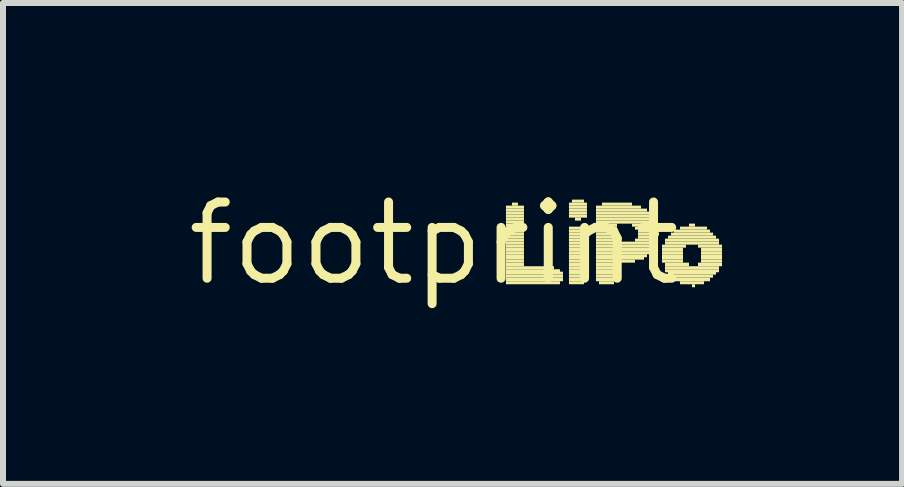
<source format=kicad_pcb>
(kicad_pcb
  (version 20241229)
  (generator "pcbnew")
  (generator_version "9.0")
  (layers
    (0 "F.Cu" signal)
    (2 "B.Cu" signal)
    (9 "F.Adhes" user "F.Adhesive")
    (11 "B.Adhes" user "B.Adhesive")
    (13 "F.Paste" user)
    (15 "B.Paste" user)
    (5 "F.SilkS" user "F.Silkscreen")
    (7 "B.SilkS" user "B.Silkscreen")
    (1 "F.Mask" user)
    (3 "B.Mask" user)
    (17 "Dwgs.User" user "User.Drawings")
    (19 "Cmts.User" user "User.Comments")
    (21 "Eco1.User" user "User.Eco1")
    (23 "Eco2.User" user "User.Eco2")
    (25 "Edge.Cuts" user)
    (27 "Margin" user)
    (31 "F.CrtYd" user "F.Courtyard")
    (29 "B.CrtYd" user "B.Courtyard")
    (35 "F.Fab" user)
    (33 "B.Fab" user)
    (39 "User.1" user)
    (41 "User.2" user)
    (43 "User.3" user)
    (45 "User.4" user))
  (footprint "footprint"
    (layer "F.Cu")
    (at 4.18 1.006)
    (property "Reference" "footprint" (at 0 0 0) (layer "F.SilkS") (effects (font (size 1.27 1.27) (thickness 0.15))))
    (fp_poly (pts (xy 1.2 -0.58) (xy 1.5 -0.58) (xy 1.5 -0.63) (xy 1.2 -0.63)) (stroke (width 0) (type solid)) (fill yes) (layer "F.SilkS"))
    (fp_poly (pts (xy 1.2 -0.53) (xy 1.5 -0.53) (xy 1.5 -0.58) (xy 1.2 -0.58)) (stroke (width 0) (type solid)) (fill yes) (layer "F.SilkS"))
    (fp_poly (pts (xy 1.2 -0.48) (xy 1.5 -0.48) (xy 1.5 -0.53) (xy 1.2 -0.53)) (stroke (width 0) (type solid)) (fill yes) (layer "F.SilkS"))
    (fp_poly (pts (xy 1.2 -0.43) (xy 1.5 -0.43) (xy 1.5 -0.48) (xy 1.2 -0.48)) (stroke (width 0) (type solid)) (fill yes) (layer "F.SilkS"))
    (fp_poly (pts (xy 1.2 -0.38) (xy 1.5 -0.38) (xy 1.5 -0.43) (xy 1.2 -0.43)) (stroke (width 0) (type solid)) (fill yes) (layer "F.SilkS"))
    (fp_poly (pts (xy 1.2 -0.33) (xy 1.5 -0.33) (xy 1.5 -0.38) (xy 1.2 -0.38)) (stroke (width 0) (type solid)) (fill yes) (layer "F.SilkS"))
    (fp_poly (pts (xy 1.2 -0.28) (xy 1.5 -0.28) (xy 1.5 -0.33) (xy 1.2 -0.33)) (stroke (width 0) (type solid)) (fill yes) (layer "F.SilkS"))
    (fp_poly (pts (xy 1.2 -0.23) (xy 1.5 -0.23) (xy 1.5 -0.28) (xy 1.2 -0.28)) (stroke (width 0) (type solid)) (fill yes) (layer "F.SilkS"))
    (fp_poly (pts (xy 1.2 -0.18) (xy 1.5 -0.18) (xy 1.5 -0.23) (xy 1.2 -0.23)) (stroke (width 0) (type solid)) (fill yes) (layer "F.SilkS"))
    (fp_poly (pts (xy 1.2 -0.13) (xy 1.5 -0.13) (xy 1.5 -0.18) (xy 1.2 -0.18)) (stroke (width 0) (type solid)) (fill yes) (layer "F.SilkS"))
    (fp_poly (pts (xy 1.2 -0.08) (xy 1.5 -0.08) (xy 1.5 -0.13) (xy 1.2 -0.13)) (stroke (width 0) (type solid)) (fill yes) (layer "F.SilkS"))
    (fp_poly (pts (xy 1.2 -0.03) (xy 1.5 -0.03) (xy 1.5 -0.08) (xy 1.2 -0.08)) (stroke (width 0) (type solid)) (fill yes) (layer "F.SilkS"))
    (fp_poly (pts (xy 1.2 0.02) (xy 1.5 0.02) (xy 1.5 -0.03) (xy 1.2 -0.03)) (stroke (width 0) (type solid)) (fill yes) (layer "F.SilkS"))
    (fp_poly (pts (xy 1.2 0.07) (xy 1.5 0.07) (xy 1.5 0.02) (xy 1.2 0.02)) (stroke (width 0) (type solid)) (fill yes) (layer "F.SilkS"))
    (fp_poly (pts (xy 1.2 0.13) (xy 1.5 0.13) (xy 1.5 0.07) (xy 1.2 0.07)) (stroke (width 0) (type solid)) (fill yes) (layer "F.SilkS"))
    (fp_poly (pts (xy 1.2 0.18) (xy 1.5 0.18) (xy 1.5 0.13) (xy 1.2 0.13)) (stroke (width 0) (type solid)) (fill yes) (layer "F.SilkS"))
    (fp_poly (pts (xy 1.2 0.23) (xy 1.5 0.23) (xy 1.5 0.18) (xy 1.2 0.18)) (stroke (width 0) (type solid)) (fill yes) (layer "F.SilkS"))
    (fp_poly (pts (xy 1.2 0.27) (xy 1.5 0.27) (xy 1.5 0.22) (xy 1.2 0.22)) (stroke (width 0) (type solid)) (fill yes) (layer "F.SilkS"))
    (fp_poly (pts (xy 1.2 0.32) (xy 1.5 0.32) (xy 1.5 0.27) (xy 1.2 0.27)) (stroke (width 0) (type solid)) (fill yes) (layer "F.SilkS"))
    (fp_poly (pts (xy 1.2 0.38) (xy 1.5 0.38) (xy 1.5 0.32) (xy 1.2 0.32)) (stroke (width 0) (type solid)) (fill yes) (layer "F.SilkS"))
    (fp_poly (pts (xy 1.2 0.43) (xy 2 0.43) (xy 2 0.38) (xy 1.2 0.38)) (stroke (width 0) (type solid)) (fill yes) (layer "F.SilkS"))
    (fp_poly (pts (xy 1.2 0.48) (xy 2.1 0.48) (xy 2.1 0.43) (xy 1.2 0.43)) (stroke (width 0) (type solid)) (fill yes) (layer "F.SilkS"))
    (fp_poly (pts (xy 1.2 0.52) (xy 2.15 0.52) (xy 2.15 0.47) (xy 1.2 0.47)) (stroke (width 0) (type solid)) (fill yes) (layer "F.SilkS"))
    (fp_poly (pts (xy 1.2 0.57) (xy 2.15 0.57) (xy 2.15 0.52) (xy 1.2 0.52)) (stroke (width 0) (type solid)) (fill yes) (layer "F.SilkS"))
    (fp_poly (pts (xy 1.2 0.63) (xy 2.15 0.63) (xy 2.15 0.57) (xy 1.2 0.57)) (stroke (width 0) (type solid)) (fill yes) (layer "F.SilkS"))
    (fp_poly (pts (xy 1.2 0.68) (xy 2.1 0.68) (xy 2.1 0.63) (xy 1.2 0.63)) (stroke (width 0) (type solid)) (fill yes) (layer "F.SilkS"))
    (fp_poly (pts (xy 1.3 -0.63) (xy 1.4 -0.63) (xy 1.4 -0.68) (xy 1.3 -0.68)) (stroke (width 0) (type solid)) (fill yes) (layer "F.SilkS"))
    (fp_poly (pts (xy 2.25 -0.63) (xy 2.55 -0.63) (xy 2.55 -0.68) (xy 2.25 -0.68)) (stroke (width 0) (type solid)) (fill yes) (layer "F.SilkS"))
    (fp_poly (pts (xy 2.25 -0.58) (xy 2.55 -0.58) (xy 2.55 -0.63) (xy 2.25 -0.63)) (stroke (width 0) (type solid)) (fill yes) (layer "F.SilkS"))
    (fp_poly (pts (xy 2.25 -0.53) (xy 2.55 -0.53) (xy 2.55 -0.58) (xy 2.25 -0.58)) (stroke (width 0) (type solid)) (fill yes) (layer "F.SilkS"))
    (fp_poly (pts (xy 2.25 -0.48) (xy 2.55 -0.48) (xy 2.55 -0.53) (xy 2.25 -0.53)) (stroke (width 0) (type solid)) (fill yes) (layer "F.SilkS"))
    (fp_poly (pts (xy 2.25 -0.43) (xy 2.55 -0.43) (xy 2.55 -0.48) (xy 2.25 -0.48)) (stroke (width 0) (type solid)) (fill yes) (layer "F.SilkS"))
    (fp_poly (pts (xy 2.25 -0.23) (xy 2.5 -0.23) (xy 2.5 -0.28) (xy 2.25 -0.28)) (stroke (width 0) (type solid)) (fill yes) (layer "F.SilkS"))
    (fp_poly (pts (xy 2.25 -0.18) (xy 2.55 -0.18) (xy 2.55 -0.23) (xy 2.25 -0.23)) (stroke (width 0) (type solid)) (fill yes) (layer "F.SilkS"))
    (fp_poly (pts (xy 2.25 -0.13) (xy 2.55 -0.13) (xy 2.55 -0.18) (xy 2.25 -0.18)) (stroke (width 0) (type solid)) (fill yes) (layer "F.SilkS"))
    (fp_poly (pts (xy 2.25 -0.08) (xy 2.55 -0.08) (xy 2.55 -0.13) (xy 2.25 -0.13)) (stroke (width 0) (type solid)) (fill yes) (layer "F.SilkS"))
    (fp_poly (pts (xy 2.25 -0.03) (xy 2.55 -0.03) (xy 2.55 -0.08) (xy 2.25 -0.08)) (stroke (width 0) (type solid)) (fill yes) (layer "F.SilkS"))
    (fp_poly (pts (xy 2.25 0.02) (xy 2.55 0.02) (xy 2.55 -0.03) (xy 2.25 -0.03)) (stroke (width 0) (type solid)) (fill yes) (layer "F.SilkS"))
    (fp_poly (pts (xy 2.25 0.07) (xy 2.55 0.07) (xy 2.55 0.02) (xy 2.25 0.02)) (stroke (width 0) (type solid)) (fill yes) (layer "F.SilkS"))
    (fp_poly (pts (xy 2.25 0.13) (xy 2.55 0.13) (xy 2.55 0.07) (xy 2.25 0.07)) (stroke (width 0) (type solid)) (fill yes) (layer "F.SilkS"))
    (fp_poly (pts (xy 2.25 0.18) (xy 2.55 0.18) (xy 2.55 0.13) (xy 2.25 0.13)) (stroke (width 0) (type solid)) (fill yes) (layer "F.SilkS"))
    (fp_poly (pts (xy 2.25 0.23) (xy 2.55 0.23) (xy 2.55 0.18) (xy 2.25 0.18)) (stroke (width 0) (type solid)) (fill yes) (layer "F.SilkS"))
    (fp_poly (pts (xy 2.25 0.27) (xy 2.55 0.27) (xy 2.55 0.22) (xy 2.25 0.22)) (stroke (width 0) (type solid)) (fill yes) (layer "F.SilkS"))
    (fp_poly (pts (xy 2.25 0.32) (xy 2.55 0.32) (xy 2.55 0.27) (xy 2.25 0.27)) (stroke (width 0) (type solid)) (fill yes) (layer "F.SilkS"))
    (fp_poly (pts (xy 2.25 0.38) (xy 2.55 0.38) (xy 2.55 0.32) (xy 2.25 0.32)) (stroke (width 0) (type solid)) (fill yes) (layer "F.SilkS"))
    (fp_poly (pts (xy 2.25 0.43) (xy 2.55 0.43) (xy 2.55 0.38) (xy 2.25 0.38)) (stroke (width 0) (type solid)) (fill yes) (layer "F.SilkS"))
    (fp_poly (pts (xy 2.25 0.48) (xy 2.55 0.48) (xy 2.55 0.43) (xy 2.25 0.43)) (stroke (width 0) (type solid)) (fill yes) (layer "F.SilkS"))
    (fp_poly (pts (xy 2.25 0.52) (xy 2.55 0.52) (xy 2.55 0.47) (xy 2.25 0.47)) (stroke (width 0) (type solid)) (fill yes) (layer "F.SilkS"))
    (fp_poly (pts (xy 2.25 0.57) (xy 2.55 0.57) (xy 2.55 0.52) (xy 2.25 0.52)) (stroke (width 0) (type solid)) (fill yes) (layer "F.SilkS"))
    (fp_poly (pts (xy 2.25 0.63) (xy 2.55 0.63) (xy 2.55 0.57) (xy 2.25 0.57)) (stroke (width 0) (type solid)) (fill yes) (layer "F.SilkS"))
    (fp_poly (pts (xy 2.25 0.68) (xy 2.5 0.68) (xy 2.5 0.63) (xy 2.25 0.63)) (stroke (width 0) (type solid)) (fill yes) (layer "F.SilkS"))
    (fp_poly (pts (xy 2.3 -0.68) (xy 2.5 -0.68) (xy 2.5 -0.73) (xy 2.3 -0.73)) (stroke (width 0) (type solid)) (fill yes) (layer "F.SilkS"))
    (fp_poly (pts (xy 2.35 -0.38) (xy 2.45 -0.38) (xy 2.45 -0.43) (xy 2.35 -0.43)) (stroke (width 0) (type solid)) (fill yes) (layer "F.SilkS"))
    (fp_poly (pts (xy 2.7 -0.58) (xy 3.45 -0.58) (xy 3.45 -0.63) (xy 2.7 -0.63)) (stroke (width 0) (type solid)) (fill yes) (layer "F.SilkS"))
    (fp_poly (pts (xy 2.7 -0.53) (xy 3.55 -0.53) (xy 3.55 -0.58) (xy 2.7 -0.58)) (stroke (width 0) (type solid)) (fill yes) (layer "F.SilkS"))
    (fp_poly (pts (xy 2.7 -0.48) (xy 3.6 -0.48) (xy 3.6 -0.53) (xy 2.7 -0.53)) (stroke (width 0) (type solid)) (fill yes) (layer "F.SilkS"))
    (fp_poly (pts (xy 2.7 -0.43) (xy 3.65 -0.43) (xy 3.65 -0.48) (xy 2.7 -0.48)) (stroke (width 0) (type solid)) (fill yes) (layer "F.SilkS"))
    (fp_poly (pts (xy 2.7 -0.38) (xy 3.65 -0.38) (xy 3.65 -0.43) (xy 2.7 -0.43)) (stroke (width 0) (type solid)) (fill yes) (layer "F.SilkS"))
    (fp_poly (pts (xy 2.7 -0.33) (xy 3.7 -0.33) (xy 3.7 -0.38) (xy 2.7 -0.38)) (stroke (width 0) (type solid)) (fill yes) (layer "F.SilkS"))
    (fp_poly (pts (xy 2.7 -0.28) (xy 3.05 -0.28) (xy 3.05 -0.33) (xy 2.7 -0.33)) (stroke (width 0) (type solid)) (fill yes) (layer "F.SilkS"))
    (fp_poly (pts (xy 2.7 -0.23) (xy 3.05 -0.23) (xy 3.05 -0.28) (xy 2.7 -0.28)) (stroke (width 0) (type solid)) (fill yes) (layer "F.SilkS"))
    (fp_poly (pts (xy 2.7 -0.18) (xy 3.05 -0.18) (xy 3.05 -0.23) (xy 2.7 -0.23)) (stroke (width 0) (type solid)) (fill yes) (layer "F.SilkS"))
    (fp_poly (pts (xy 2.7 -0.13) (xy 3.05 -0.13) (xy 3.05 -0.18) (xy 2.7 -0.18)) (stroke (width 0) (type solid)) (fill yes) (layer "F.SilkS"))
    (fp_poly (pts (xy 2.7 -0.08) (xy 3.05 -0.08) (xy 3.05 -0.13) (xy 2.7 -0.13)) (stroke (width 0) (type solid)) (fill yes) (layer "F.SilkS"))
    (fp_poly (pts (xy 2.7 -0.03) (xy 3.05 -0.03) (xy 3.05 -0.08) (xy 2.7 -0.08)) (stroke (width 0) (type solid)) (fill yes) (layer "F.SilkS"))
    (fp_poly (pts (xy 2.7 0.02) (xy 3.7 0.02) (xy 3.7 -0.03) (xy 2.7 -0.03)) (stroke (width 0) (type solid)) (fill yes) (layer "F.SilkS"))
    (fp_poly (pts (xy 2.7 0.07) (xy 3.7 0.07) (xy 3.7 0.02) (xy 2.7 0.02)) (stroke (width 0) (type solid)) (fill yes) (layer "F.SilkS"))
    (fp_poly (pts (xy 2.7 0.13) (xy 3.65 0.13) (xy 3.65 0.07) (xy 2.7 0.07)) (stroke (width 0) (type solid)) (fill yes) (layer "F.SilkS"))
    (fp_poly (pts (xy 2.7 0.18) (xy 3.6 0.18) (xy 3.6 0.13) (xy 2.7 0.13)) (stroke (width 0) (type solid)) (fill yes) (layer "F.SilkS"))
    (fp_poly (pts (xy 2.7 0.23) (xy 3.55 0.23) (xy 3.55 0.18) (xy 2.7 0.18)) (stroke (width 0) (type solid)) (fill yes) (layer "F.SilkS"))
    (fp_poly (pts (xy 2.7 0.27) (xy 3.5 0.27) (xy 3.5 0.22) (xy 2.7 0.22)) (stroke (width 0) (type solid)) (fill yes) (layer "F.SilkS"))
    (fp_poly (pts (xy 2.7 0.32) (xy 3.35 0.32) (xy 3.35 0.27) (xy 2.7 0.27)) (stroke (width 0) (type solid)) (fill yes) (layer "F.SilkS"))
    (fp_poly (pts (xy 2.7 0.38) (xy 3.05 0.38) (xy 3.05 0.32) (xy 2.7 0.32)) (stroke (width 0) (type solid)) (fill yes) (layer "F.SilkS"))
    (fp_poly (pts (xy 2.7 0.43) (xy 3.05 0.43) (xy 3.05 0.38) (xy 2.7 0.38)) (stroke (width 0) (type solid)) (fill yes) (layer "F.SilkS"))
    (fp_poly (pts (xy 2.7 0.48) (xy 3.05 0.48) (xy 3.05 0.43) (xy 2.7 0.43)) (stroke (width 0) (type solid)) (fill yes) (layer "F.SilkS"))
    (fp_poly (pts (xy 2.7 0.52) (xy 3.05 0.52) (xy 3.05 0.47) (xy 2.7 0.47)) (stroke (width 0) (type solid)) (fill yes) (layer "F.SilkS"))
    (fp_poly (pts (xy 2.7 0.57) (xy 3.05 0.57) (xy 3.05 0.52) (xy 2.7 0.52)) (stroke (width 0) (type solid)) (fill yes) (layer "F.SilkS"))
    (fp_poly (pts (xy 2.7 0.63) (xy 3 0.63) (xy 3 0.57) (xy 2.7 0.57)) (stroke (width 0) (type solid)) (fill yes) (layer "F.SilkS"))
    (fp_poly (pts (xy 2.75 0.68) (xy 3 0.68) (xy 3 0.63) (xy 2.75 0.63)) (stroke (width 0) (type solid)) (fill yes) (layer "F.SilkS"))
    (fp_poly (pts (xy 2.8 -0.63) (xy 3.3 -0.63) (xy 3.3 -0.68) (xy 2.8 -0.68)) (stroke (width 0) (type solid)) (fill yes) (layer "F.SilkS"))
    (fp_poly (pts (xy 3.3 -0.28) (xy 3.7 -0.28) (xy 3.7 -0.33) (xy 3.3 -0.33)) (stroke (width 0) (type solid)) (fill yes) (layer "F.SilkS"))
    (fp_poly (pts (xy 3.35 -0.23) (xy 3.7 -0.23) (xy 3.7 -0.28) (xy 3.35 -0.28)) (stroke (width 0) (type solid)) (fill yes) (layer "F.SilkS"))
    (fp_poly (pts (xy 3.35 -0.03) (xy 3.7 -0.03) (xy 3.7 -0.08) (xy 3.35 -0.08)) (stroke (width 0) (type solid)) (fill yes) (layer "F.SilkS"))
    (fp_poly (pts (xy 3.4 -0.18) (xy 3.75 -0.18) (xy 3.75 -0.23) (xy 3.4 -0.23)) (stroke (width 0) (type solid)) (fill yes) (layer "F.SilkS"))
    (fp_poly (pts (xy 3.4 -0.13) (xy 3.75 -0.13) (xy 3.75 -0.18) (xy 3.4 -0.18)) (stroke (width 0) (type solid)) (fill yes) (layer "F.SilkS"))
    (fp_poly (pts (xy 3.4 -0.08) (xy 3.7 -0.08) (xy 3.7 -0.13) (xy 3.4 -0.13)) (stroke (width 0) (type solid)) (fill yes) (layer "F.SilkS"))
    (fp_poly (pts (xy 3.8 0.07) (xy 4.2 0.07) (xy 4.2 0.02) (xy 3.8 0.02)) (stroke (width 0) (type solid)) (fill yes) (layer "F.SilkS"))
    (fp_poly (pts (xy 3.8 0.13) (xy 4.15 0.13) (xy 4.15 0.07) (xy 3.8 0.07)) (stroke (width 0) (type solid)) (fill yes) (layer "F.SilkS"))
    (fp_poly (pts (xy 3.8 0.18) (xy 4.15 0.18) (xy 4.15 0.13) (xy 3.8 0.13)) (stroke (width 0) (type solid)) (fill yes) (layer "F.SilkS"))
    (fp_poly (pts (xy 3.8 0.23) (xy 4.15 0.23) (xy 4.15 0.18) (xy 3.8 0.18)) (stroke (width 0) (type solid)) (fill yes) (layer "F.SilkS"))
    (fp_poly (pts (xy 3.8 0.27) (xy 4.15 0.27) (xy 4.15 0.22) (xy 3.8 0.22)) (stroke (width 0) (type solid)) (fill yes) (layer "F.SilkS"))
    (fp_poly (pts (xy 3.8 0.32) (xy 4.15 0.32) (xy 4.15 0.27) (xy 3.8 0.27)) (stroke (width 0) (type solid)) (fill yes) (layer "F.SilkS"))
    (fp_poly (pts (xy 3.85 -0.03) (xy 4.75 -0.03) (xy 4.75 -0.08) (xy 3.85 -0.08)) (stroke (width 0) (type solid)) (fill yes) (layer "F.SilkS"))
    (fp_poly (pts (xy 3.85 0.02) (xy 4.75 0.02) (xy 4.75 -0.03) (xy 3.85 -0.03)) (stroke (width 0) (type solid)) (fill yes) (layer "F.SilkS"))
    (fp_poly (pts (xy 3.85 0.38) (xy 4.25 0.38) (xy 4.25 0.32) (xy 3.85 0.32)) (stroke (width 0) (type solid)) (fill yes) (layer "F.SilkS"))
    (fp_poly (pts (xy 3.85 0.43) (xy 4.75 0.43) (xy 4.75 0.38) (xy 3.85 0.38)) (stroke (width 0) (type solid)) (fill yes) (layer "F.SilkS"))
    (fp_poly (pts (xy 3.85 0.48) (xy 4.75 0.48) (xy 4.75 0.43) (xy 3.85 0.43)) (stroke (width 0) (type solid)) (fill yes) (layer "F.SilkS"))
    (fp_poly (pts (xy 3.9 -0.08) (xy 4.7 -0.08) (xy 4.7 -0.13) (xy 3.9 -0.13)) (stroke (width 0) (type solid)) (fill yes) (layer "F.SilkS"))
    (fp_poly (pts (xy 3.9 0.52) (xy 4.7 0.52) (xy 4.7 0.47) (xy 3.9 0.47)) (stroke (width 0) (type solid)) (fill yes) (layer "F.SilkS"))
    (fp_poly (pts (xy 3.95 -0.13) (xy 4.65 -0.13) (xy 4.65 -0.18) (xy 3.95 -0.18)) (stroke (width 0) (type solid)) (fill yes) (layer "F.SilkS"))
    (fp_poly (pts (xy 3.95 0.57) (xy 4.65 0.57) (xy 4.65 0.52) (xy 3.95 0.52)) (stroke (width 0) (type solid)) (fill yes) (layer "F.SilkS"))
    (fp_poly (pts (xy 4 -0.18) (xy 4.6 -0.18) (xy 4.6 -0.23) (xy 4 -0.23)) (stroke (width 0) (type solid)) (fill yes) (layer "F.SilkS"))
    (fp_poly (pts (xy 4 0.63) (xy 4.6 0.63) (xy 4.6 0.57) (xy 4 0.57)) (stroke (width 0) (type solid)) (fill yes) (layer "F.SilkS"))
    (fp_poly (pts (xy 4.1 -0.23) (xy 4.55 -0.23) (xy 4.55 -0.28) (xy 4.1 -0.28)) (stroke (width 0) (type solid)) (fill yes) (layer "F.SilkS"))
    (fp_poly (pts (xy 4.1 0.68) (xy 4.5 0.68) (xy 4.5 0.63) (xy 4.1 0.63)) (stroke (width 0) (type solid)) (fill yes) (layer "F.SilkS"))
    (fp_poly (pts (xy 4.25 -0.28) (xy 4.35 -0.28) (xy 4.35 -0.33) (xy 4.25 -0.33)) (stroke (width 0) (type solid)) (fill yes) (layer "F.SilkS"))
    (fp_poly (pts (xy 4.3 0.73) (xy 4.35 0.73) (xy 4.35 0.68) (xy 4.3 0.68)) (stroke (width 0) (type solid)) (fill yes) (layer "F.SilkS"))
    (fp_poly (pts (xy 4.4 0.07) (xy 4.8 0.07) (xy 4.8 0.02) (xy 4.4 0.02)) (stroke (width 0) (type solid)) (fill yes) (layer "F.SilkS"))
    (fp_poly (pts (xy 4.4 0.38) (xy 4.8 0.38) (xy 4.8 0.32) (xy 4.4 0.32)) (stroke (width 0) (type solid)) (fill yes) (layer "F.SilkS"))
    (fp_poly (pts (xy 4.45 0.13) (xy 4.8 0.13) (xy 4.8 0.07) (xy 4.45 0.07)) (stroke (width 0) (type solid)) (fill yes) (layer "F.SilkS"))
    (fp_poly (pts (xy 4.45 0.18) (xy 4.8 0.18) (xy 4.8 0.13) (xy 4.45 0.13)) (stroke (width 0) (type solid)) (fill yes) (layer "F.SilkS"))
    (fp_poly (pts (xy 4.45 0.23) (xy 4.8 0.23) (xy 4.8 0.18) (xy 4.45 0.18)) (stroke (width 0) (type solid)) (fill yes) (layer "F.SilkS"))
    (fp_poly (pts (xy 4.45 0.27) (xy 4.8 0.27) (xy 4.8 0.22) (xy 4.45 0.22)) (stroke (width 0) (type solid)) (fill yes) (layer "F.SilkS"))
    (fp_poly (pts (xy 4.45 0.32) (xy 4.8 0.32) (xy 4.8 0.27) (xy 4.45 0.27)) (stroke (width 0) (type solid)) (fill yes) (layer "F.SilkS")))
  (gr_rect
    (start -3 -3)
    (end 11.98 5.012)
    (stroke (width 0.1) (type default))
    (fill no)
    (layer "Edge.Cuts")))
</source>
